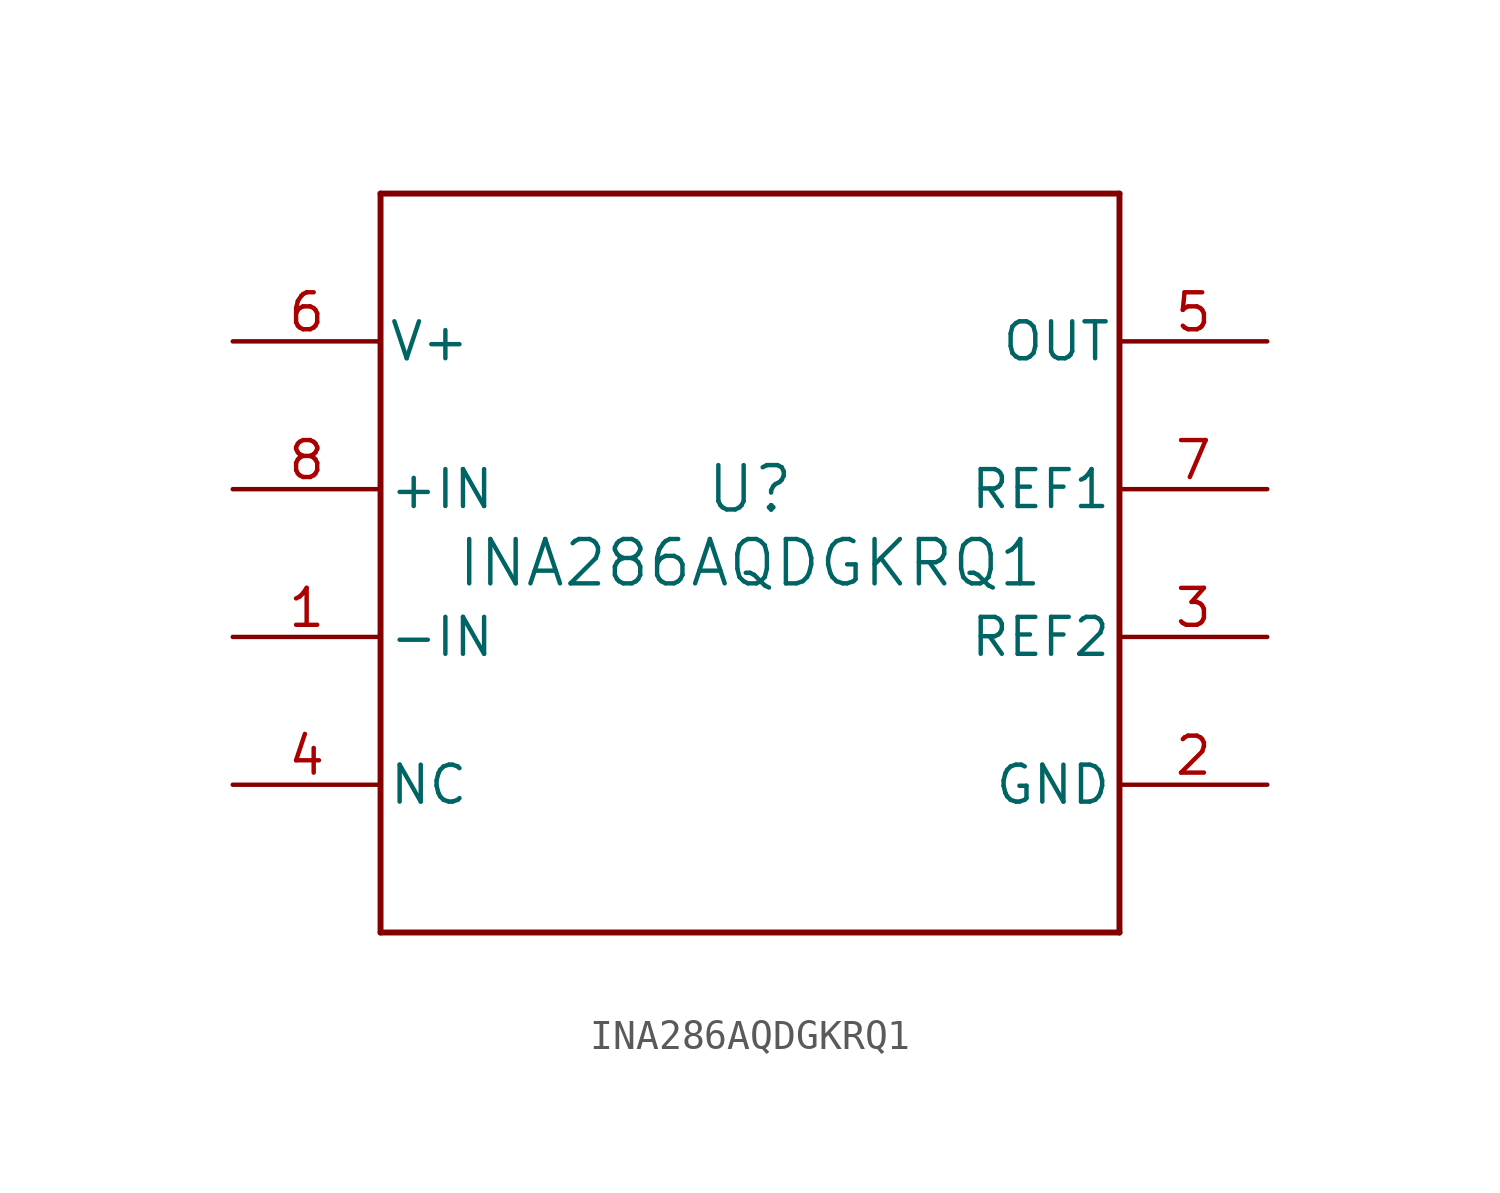
<source format=kicad_sym>
(kicad_symbol_lib
  (version 20211014)
  (generator kicad_symbol_editor)
  (symbol "INA286AQDGKRQ1"
    (pin_names
      (offset 0.254))
    (property "Reference" "U"
      (at 0 2.54 0)
      (effects (font (size 1.524 1.524))))
    (property "Value" "INA286AQDGKRQ1"
      (at 0 0 0)
      (effects (font (size 1.524 1.524))))
    (symbol "INA286AQDGKRQ1_0_1"
      (polyline (pts (xy -12.7 -12.7) (xy 12.7 -12.7)) (stroke (width 0.203) (type default) (color 0 0 0 0)) (fill (type none)))
      (polyline (pts (xy 12.7 -12.7) (xy 12.7 12.7)) (stroke (width 0.203) (type default) (color 0 0 0 0)) (fill (type none)))
      (polyline (pts (xy 12.7 12.7) (xy -12.7 12.7)) (stroke (width 0.203) (type default) (color 0 0 0 0)) (fill (type none)))
      (polyline (pts (xy -12.7 12.7) (xy -12.7 -12.7)) (stroke (width 0.203) (type default) (color 0 0 0 0)) (fill (type none)))
      (pin input line (at -17.78 -2.54 0) (length 5.08) (name "-IN" (effects (font (size 1.27 1.27)))) (number "1" (effects (font (size 1.27 1.27)))))
      (pin power_in line (at 17.78 -7.62 180) (length 5.08) (name "GND" (effects (font (size 1.27 1.27)))) (number "2" (effects (font (size 1.27 1.27)))))
      (pin input line (at 17.78 -2.54 180) (length 5.08) (name "REF2" (effects (font (size 1.27 1.27)))) (number "3" (effects (font (size 1.27 1.27)))))
      (pin unspecified line (at -17.78 -7.62 0) (length 5.08) (name "NC" (effects (font (size 1.27 1.27)))) (number "4" (effects (font (size 1.27 1.27)))))
      (pin output line (at 17.78 7.62 180) (length 5.08) (name "OUT" (effects (font (size 1.27 1.27)))) (number "5" (effects (font (size 1.27 1.27)))))
      (pin power_in line (at -17.78 7.62 0) (length 5.08) (name "V+" (effects (font (size 1.27 1.27)))) (number "6" (effects (font (size 1.27 1.27)))))
      (pin input line (at 17.78 2.54 180) (length 5.08) (name "REF1" (effects (font (size 1.27 1.27)))) (number "7" (effects (font (size 1.27 1.27)))))
      (pin input line (at -17.78 2.54 0) (length 5.08) (name "+IN" (effects (font (size 1.27 1.27)))) (number "8" (effects (font (size 1.27 1.27))))))))
</source>
